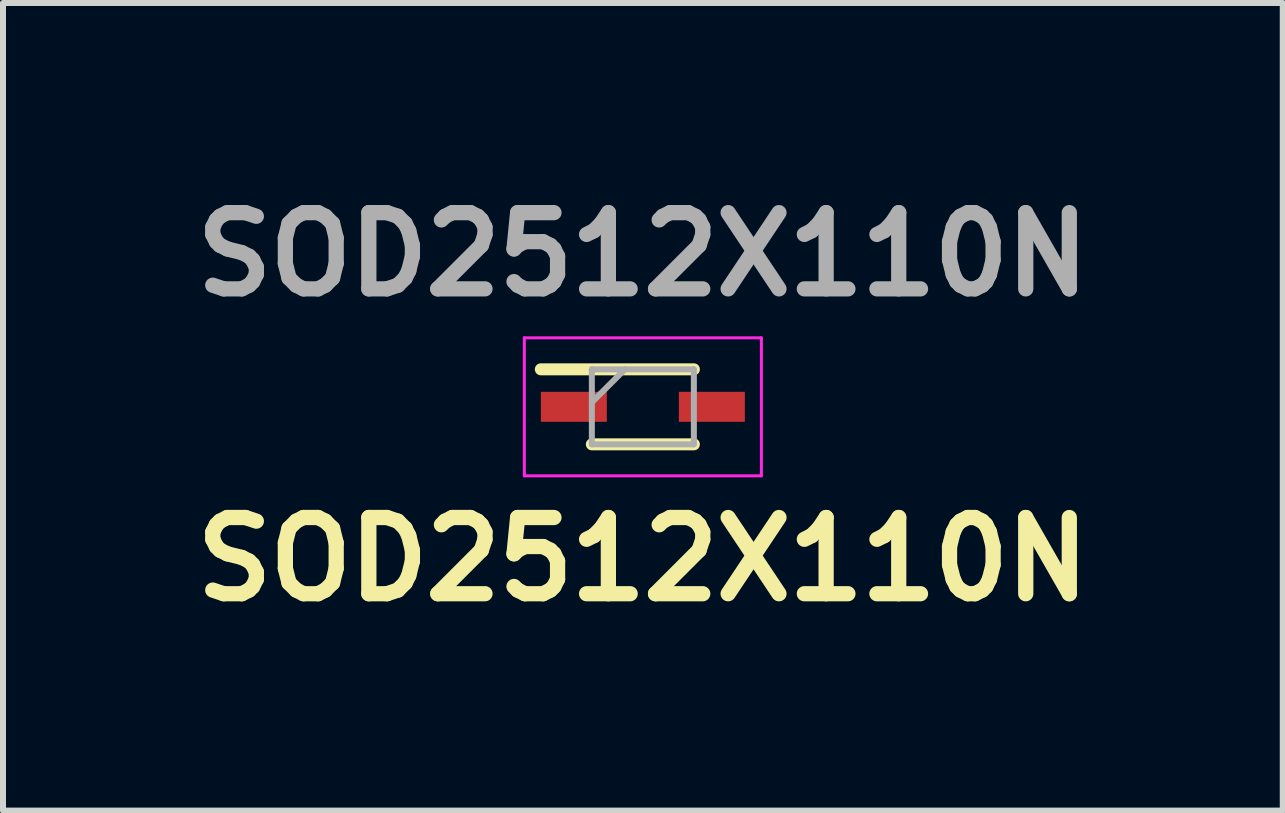
<source format=kicad_pcb>
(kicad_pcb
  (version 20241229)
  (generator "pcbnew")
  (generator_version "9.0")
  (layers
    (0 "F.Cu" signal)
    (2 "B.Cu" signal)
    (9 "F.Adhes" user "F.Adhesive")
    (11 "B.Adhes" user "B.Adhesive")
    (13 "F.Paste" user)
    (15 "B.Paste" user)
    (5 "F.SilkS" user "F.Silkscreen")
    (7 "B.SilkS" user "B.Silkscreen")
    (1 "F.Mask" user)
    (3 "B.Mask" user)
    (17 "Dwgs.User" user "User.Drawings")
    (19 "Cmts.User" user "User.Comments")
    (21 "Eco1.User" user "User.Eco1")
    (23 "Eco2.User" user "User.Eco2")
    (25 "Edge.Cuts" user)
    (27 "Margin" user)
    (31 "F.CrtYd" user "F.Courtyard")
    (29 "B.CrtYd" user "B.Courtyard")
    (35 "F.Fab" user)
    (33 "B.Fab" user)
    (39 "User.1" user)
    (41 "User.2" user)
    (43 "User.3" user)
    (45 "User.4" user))
  (footprint "SOD2512X110N"
    (layer "F.Cu")
    (at 7.662 3.729)
    (property "Reference" "SOD2512X110N" (at 0 2.54 0) (layer "F.SilkS") (effects (font (size 1.27 1.27) (thickness 0.254))))
    (attr smd)
    (fp_line (start -1.7 -0.625) (end 0.85 -0.625) (stroke (width 0.2) (type solid)) (layer "F.SilkS"))
    (fp_line (start -0.85 0.625) (end 0.85 0.625) (stroke (width 0.2) (type solid)) (layer "F.SilkS"))
    (fp_line (start -1.975 -1.15) (end 1.975 -1.15) (stroke (width 0.05) (type solid)) (layer "F.CrtYd"))
    (fp_line (start -1.975 1.15) (end -1.975 -1.15) (stroke (width 0.05) (type solid)) (layer "F.CrtYd"))
    (fp_line (start 1.975 -1.15) (end 1.975 1.15) (stroke (width 0.05) (type solid)) (layer "F.CrtYd"))
    (fp_line (start 1.975 1.15) (end -1.975 1.15) (stroke (width 0.05) (type solid)) (layer "F.CrtYd"))
    (fp_line (start -0.85 -0.625) (end 0.85 -0.625) (stroke (width 0.1) (type solid)) (layer "F.Fab"))
    (fp_line (start -0.85 -0.075) (end -0.3 -0.625) (stroke (width 0.1) (type solid)) (layer "F.Fab"))
    (fp_line (start -0.85 0.625) (end -0.85 -0.625) (stroke (width 0.1) (type solid)) (layer "F.Fab"))
    (fp_line (start 0.85 -0.625) (end 0.85 0.625) (stroke (width 0.1) (type solid)) (layer "F.Fab"))
    (fp_line (start 0.85 0.625) (end -0.85 0.625) (stroke (width 0.1) (type solid)) (layer "F.Fab"))
    (fp_text user "${REFERENCE}" (at 0 -2.54 0) (layer "F.Fab") (effects (font (size 1.27 1.27) (thickness 0.254))))
    (pad "1" smd rect (at -1.15 0 90) (size 0.5 1.1) (layers "F.Cu" "F.Mask" "F.Paste"))
    (pad "2" smd rect (at 1.15 0 90) (size 0.5 1.1) (layers "F.Cu" "F.Mask" "F.Paste")))
  (gr_rect
    (start -3 -3)
    (end 18.325 10.457)
    (stroke (width 0.1) (type default))
    (fill no)
    (layer "Edge.Cuts")))
</source>
